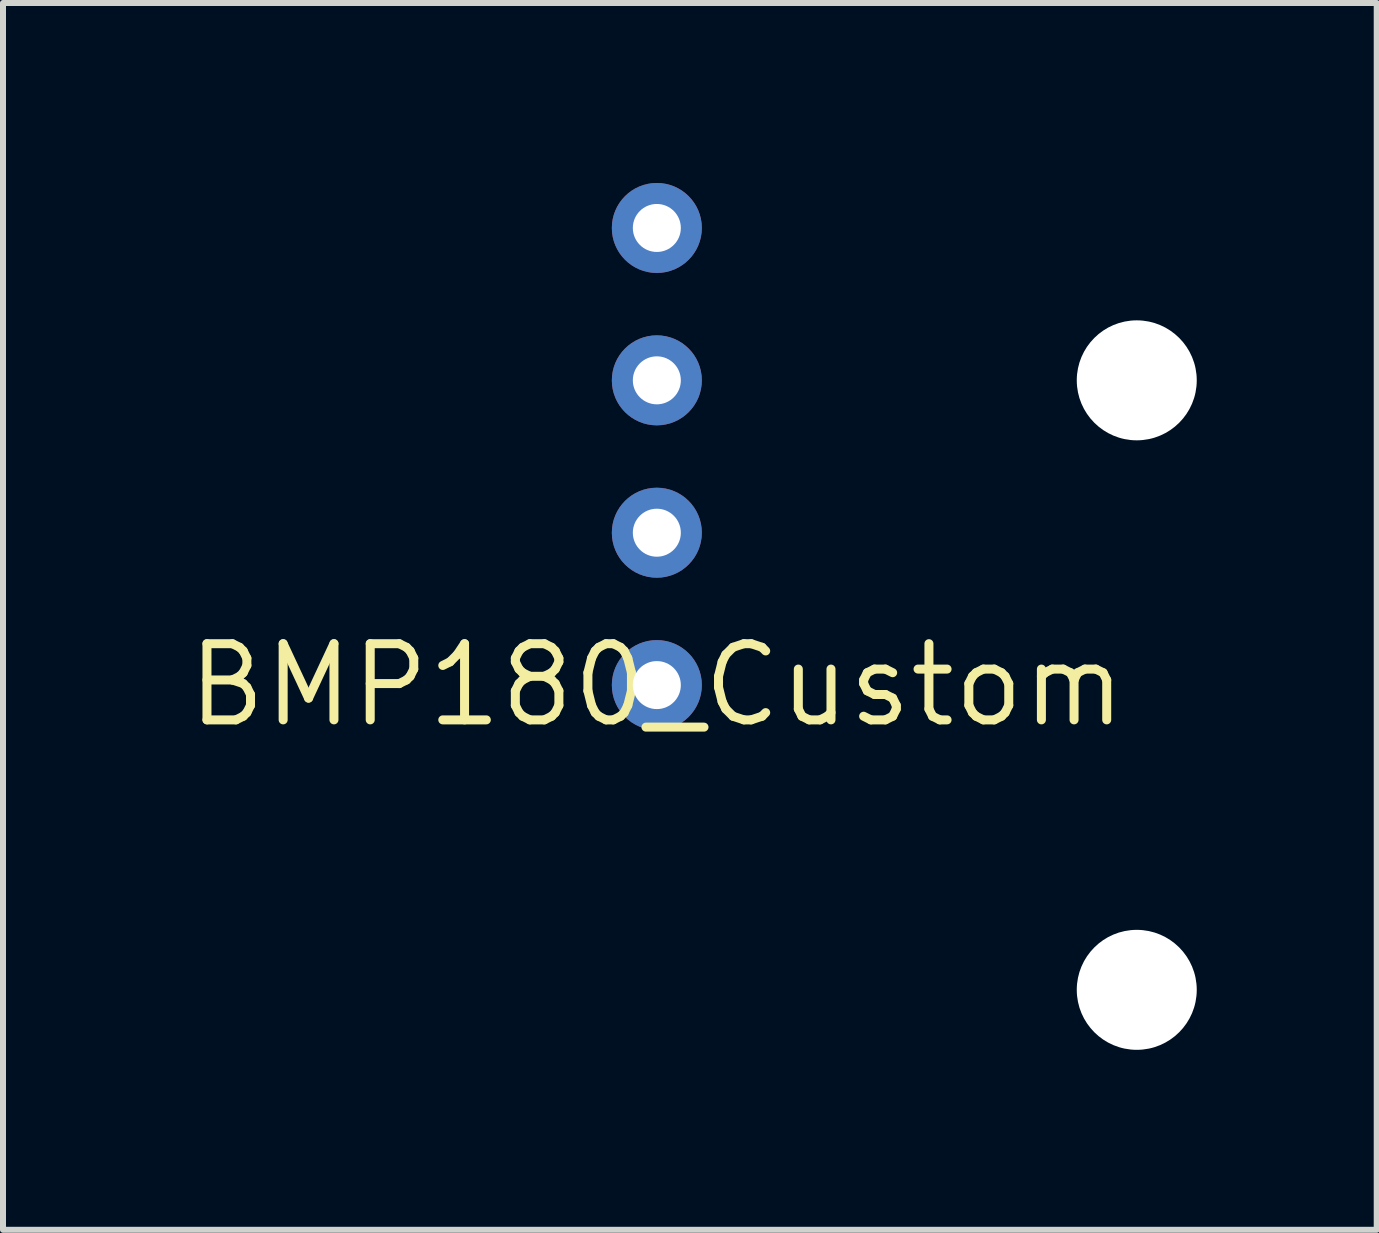
<source format=kicad_pcb>
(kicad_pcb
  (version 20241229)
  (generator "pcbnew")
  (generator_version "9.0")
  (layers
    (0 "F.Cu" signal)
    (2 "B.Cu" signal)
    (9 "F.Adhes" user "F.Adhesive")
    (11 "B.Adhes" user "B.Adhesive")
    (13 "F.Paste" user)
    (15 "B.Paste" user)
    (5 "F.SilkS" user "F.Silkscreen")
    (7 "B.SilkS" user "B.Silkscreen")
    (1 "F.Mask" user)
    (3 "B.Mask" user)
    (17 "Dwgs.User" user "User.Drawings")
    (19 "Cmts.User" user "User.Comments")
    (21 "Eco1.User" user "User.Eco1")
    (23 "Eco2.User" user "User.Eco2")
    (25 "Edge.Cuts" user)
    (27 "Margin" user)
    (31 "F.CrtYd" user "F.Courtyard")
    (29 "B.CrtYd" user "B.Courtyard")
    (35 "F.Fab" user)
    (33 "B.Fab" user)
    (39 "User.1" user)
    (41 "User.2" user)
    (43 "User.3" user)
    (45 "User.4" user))
  (footprint "BMP180_Custom"
    (layer "F.Cu")
    (at 7.899 8.37)
    (property "Reference" "BMP180_Custom" (at 0 0 0) (layer "F.SilkS") (effects (font (size 1.27 1.27) (thickness 0.15))))
    (attr through_hole)
    (pad "" np_thru_hole circle (at 8 -5.08) (size 2 2) (drill 2) (layers "*.Cu" "*.Mask"))
    (pad "" np_thru_hole circle (at 8 5.08) (size 2 2) (drill 2) (layers "*.Cu" "*.Mask"))
    (pad "1" thru_hole oval (at 0 0) (size 1.5 1.5) (drill 0.8) (layers "F.Cu" "F.Mask" "F.Paste"))
    (pad "2" thru_hole oval (at 0 -2.54) (size 1.5 1.5) (drill 0.8) (layers "F.Cu" "F.Mask" "F.Paste"))
    (pad "3" thru_hole oval (at 0 -5.08) (size 1.5 1.5) (drill 0.8) (layers "F.Cu" "F.Mask" "F.Paste"))
    (pad "4" thru_hole oval (at 0 -7.62) (size 1.5 1.5) (drill 0.8) (layers "F.Cu" "F.Mask" "F.Paste")))
  (gr_rect
    (start -3 -3)
    (end 19.899 17.45)
    (stroke (width 0.1) (type default))
    (fill no)
    (layer "Edge.Cuts")))
</source>
